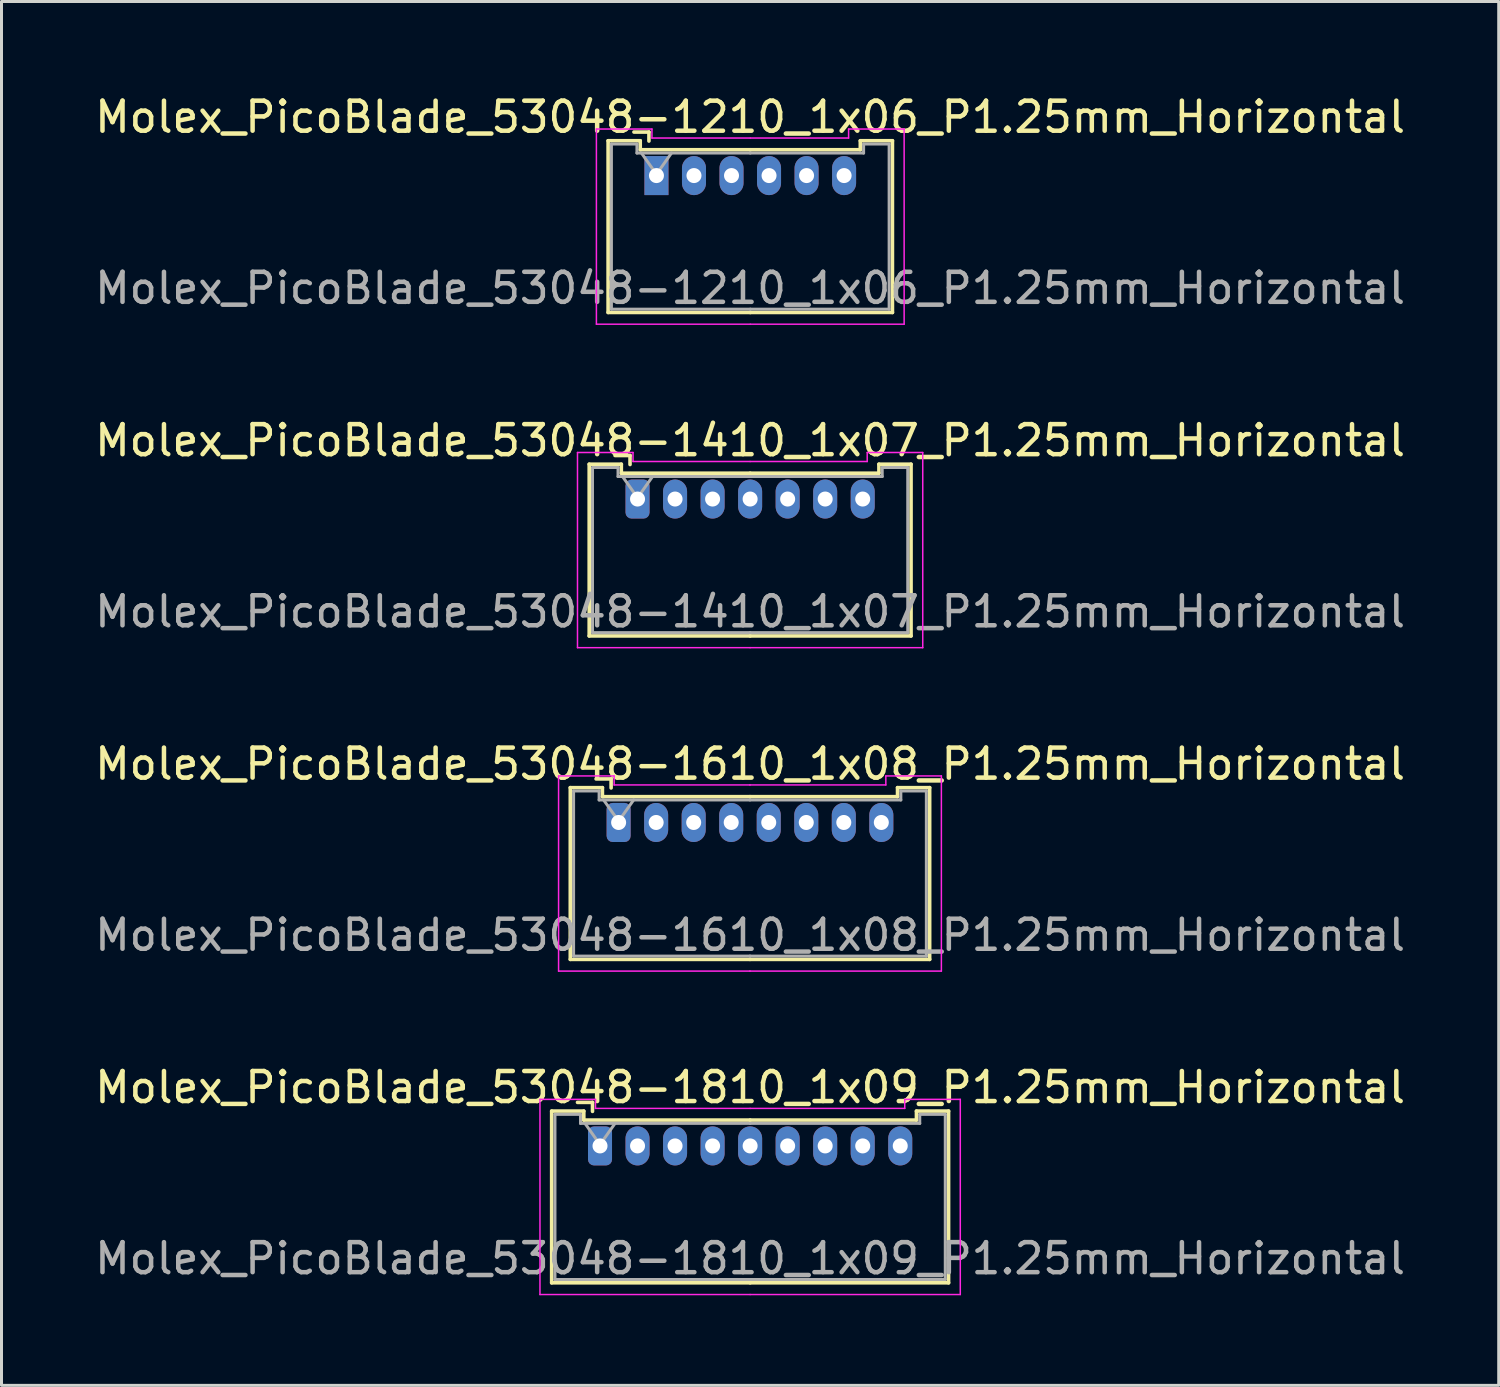
<source format=kicad_pcb>
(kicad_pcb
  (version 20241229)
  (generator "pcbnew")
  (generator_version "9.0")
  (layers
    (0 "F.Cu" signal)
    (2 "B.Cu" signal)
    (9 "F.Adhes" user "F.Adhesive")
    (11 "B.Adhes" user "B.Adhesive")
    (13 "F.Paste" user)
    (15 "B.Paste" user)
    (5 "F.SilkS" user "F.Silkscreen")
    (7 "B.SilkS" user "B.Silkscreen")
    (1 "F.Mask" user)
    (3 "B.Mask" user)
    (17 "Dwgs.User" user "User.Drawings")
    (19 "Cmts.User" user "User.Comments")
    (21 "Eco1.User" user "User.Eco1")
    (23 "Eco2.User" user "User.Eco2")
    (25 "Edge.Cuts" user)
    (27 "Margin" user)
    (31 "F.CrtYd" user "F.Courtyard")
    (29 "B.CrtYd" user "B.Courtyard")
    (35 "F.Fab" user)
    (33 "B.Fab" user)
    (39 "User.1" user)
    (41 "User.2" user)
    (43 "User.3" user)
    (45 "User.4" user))
  (footprint "Molex_PicoBlade_53048-1610_1x08_P1.25mm_Horizontal"
    (layer "F.Cu")
    (at 17.555 24.345)
    (property "Reference" "Molex_PicoBlade_53048-1610_1x08_P1.25mm_Horizontal" (at 4.38 -1.95 0) (layer "F.SilkS") (effects (font (size 1 1) (thickness 0.15))))
    (attr through_hole)
    (fp_line (start -1.61 -1.16) (end -1.61 4.56) (stroke (width 0.12) (type solid)) (layer "F.SilkS"))
    (fp_line (start -1.61 4.56) (end 4.375 4.56) (stroke (width 0.12) (type solid)) (layer "F.SilkS"))
    (fp_line (start -0.54 -1.16) (end -1.61 -1.16) (stroke (width 0.12) (type solid)) (layer "F.SilkS"))
    (fp_line (start -0.54 -0.86) (end -0.54 -1.16) (stroke (width 0.12) (type solid)) (layer "F.SilkS"))
    (fp_line (start -0.25 -1.45) (end -0.75 -1.45) (stroke (width 0.12) (type solid)) (layer "F.SilkS"))
    (fp_line (start -0.25 -1.15) (end -0.25 -1.45) (stroke (width 0.12) (type solid)) (layer "F.SilkS"))
    (fp_line (start 4.375 -0.86) (end -0.54 -0.86) (stroke (width 0.12) (type solid)) (layer "F.SilkS"))
    (fp_line (start 4.375 -0.86) (end 9.29 -0.86) (stroke (width 0.12) (type solid)) (layer "F.SilkS"))
    (fp_line (start 9.29 -1.16) (end 10.36 -1.16) (stroke (width 0.12) (type solid)) (layer "F.SilkS"))
    (fp_line (start 9.29 -0.86) (end 9.29 -1.16) (stroke (width 0.12) (type solid)) (layer "F.SilkS"))
    (fp_line (start 10.36 -1.16) (end 10.36 4.56) (stroke (width 0.12) (type solid)) (layer "F.SilkS"))
    (fp_line (start 10.36 4.56) (end 4.375 4.56) (stroke (width 0.12) (type solid)) (layer "F.SilkS"))
    (fp_line (start -2 -1.55) (end -2 4.95) (stroke (width 0.05) (type solid)) (layer "F.CrtYd"))
    (fp_line (start -2 4.95) (end 4.38 4.95) (stroke (width 0.05) (type solid)) (layer "F.CrtYd"))
    (fp_line (start -0.15 -1.55) (end -2 -1.55) (stroke (width 0.05) (type solid)) (layer "F.CrtYd"))
    (fp_line (start -0.15 -1.25) (end -0.15 -1.55) (stroke (width 0.05) (type solid)) (layer "F.CrtYd"))
    (fp_line (start 4.37 -1.25) (end 8.9 -1.25) (stroke (width 0.05) (type solid)) (layer "F.CrtYd"))
    (fp_line (start 4.38 -1.25) (end -0.15 -1.25) (stroke (width 0.05) (type solid)) (layer "F.CrtYd"))
    (fp_line (start 8.9 -1.55) (end 10.75 -1.55) (stroke (width 0.05) (type solid)) (layer "F.CrtYd"))
    (fp_line (start 8.9 -1.25) (end 8.9 -1.55) (stroke (width 0.05) (type solid)) (layer "F.CrtYd"))
    (fp_line (start 10.75 -1.55) (end 10.75 4.95) (stroke (width 0.05) (type solid)) (layer "F.CrtYd"))
    (fp_line (start 10.75 4.95) (end 4.37 4.95) (stroke (width 0.05) (type solid)) (layer "F.CrtYd"))
    (fp_line (start -1.5 -1.05) (end -1.5 4.45) (stroke (width 0.1) (type solid)) (layer "F.Fab"))
    (fp_line (start -1.5 4.45) (end 4.375 4.45) (stroke (width 0.1) (type solid)) (layer "F.Fab"))
    (fp_line (start -0.65 -1.05) (end -1.5 -1.05) (stroke (width 0.1) (type solid)) (layer "F.Fab"))
    (fp_line (start -0.65 -0.75) (end -0.65 -1.05) (stroke (width 0.1) (type solid)) (layer "F.Fab"))
    (fp_line (start -0.5 -0.75) (end 0 -0.043) (stroke (width 0.1) (type solid)) (layer "F.Fab"))
    (fp_line (start 0 -0.043) (end 0.5 -0.75) (stroke (width 0.1) (type solid)) (layer "F.Fab"))
    (fp_line (start 4.375 -0.75) (end -0.65 -0.75) (stroke (width 0.1) (type solid)) (layer "F.Fab"))
    (fp_line (start 4.375 -0.75) (end 9.4 -0.75) (stroke (width 0.1) (type solid)) (layer "F.Fab"))
    (fp_line (start 9.4 -1.05) (end 10.25 -1.05) (stroke (width 0.1) (type solid)) (layer "F.Fab"))
    (fp_line (start 9.4 -0.75) (end 9.4 -1.05) (stroke (width 0.1) (type solid)) (layer "F.Fab"))
    (fp_line (start 10.25 -1.05) (end 10.25 4.45) (stroke (width 0.1) (type solid)) (layer "F.Fab"))
    (fp_line (start 10.25 4.45) (end 4.375 4.45) (stroke (width 0.1) (type solid)) (layer "F.Fab"))
    (fp_text user "${REFERENCE}" (at 4.38 3.75 0) (layer "F.Fab") (effects (font (size 1 1) (thickness 0.15))))
    (pad "1" thru_hole roundrect (at 0 0) (size 0.8 1.3) (drill 0.5) (layers "*.Cu" "*.Mask") (roundrect_rratio 0.25))
    (pad "2" thru_hole oval (at 1.25 0) (size 0.8 1.3) (drill 0.5) (layers "*.Cu" "*.Mask"))
    (pad "3" thru_hole oval (at 2.5 0) (size 0.8 1.3) (drill 0.5) (layers "*.Cu" "*.Mask"))
    (pad "4" thru_hole oval (at 3.75 0) (size 0.8 1.3) (drill 0.5) (layers "*.Cu" "*.Mask"))
    (pad "5" thru_hole oval (at 5 0) (size 0.8 1.3) (drill 0.5) (layers "*.Cu" "*.Mask"))
    (pad "6" thru_hole oval (at 6.25 0) (size 0.8 1.3) (drill 0.5) (layers "*.Cu" "*.Mask"))
    (pad "7" thru_hole oval (at 7.5 0) (size 0.8 1.3) (drill 0.5) (layers "*.Cu" "*.Mask"))
    (pad "8" thru_hole oval (at 8.75 0) (size 0.8 1.3) (drill 0.5) (layers "*.Cu" "*.Mask")))
  (footprint "Molex_PicoBlade_53048-1810_1x09_P1.25mm_Horizontal"
    (layer "F.Cu")
    (at 16.935 35.118)
    (property "Reference" "Molex_PicoBlade_53048-1810_1x09_P1.25mm_Horizontal" (at 5 -1.95 0) (layer "F.SilkS") (effects (font (size 1 1) (thickness 0.15))))
    (attr through_hole)
    (fp_line (start -1.61 -1.16) (end -1.61 4.56) (stroke (width 0.12) (type solid)) (layer "F.SilkS"))
    (fp_line (start -1.61 4.56) (end 5 4.56) (stroke (width 0.12) (type solid)) (layer "F.SilkS"))
    (fp_line (start -0.54 -1.16) (end -1.61 -1.16) (stroke (width 0.12) (type solid)) (layer "F.SilkS"))
    (fp_line (start -0.54 -0.86) (end -0.54 -1.16) (stroke (width 0.12) (type solid)) (layer "F.SilkS"))
    (fp_line (start -0.25 -1.45) (end -0.75 -1.45) (stroke (width 0.12) (type solid)) (layer "F.SilkS"))
    (fp_line (start -0.25 -1.15) (end -0.25 -1.45) (stroke (width 0.12) (type solid)) (layer "F.SilkS"))
    (fp_line (start 5 -0.86) (end -0.54 -0.86) (stroke (width 0.12) (type solid)) (layer "F.SilkS"))
    (fp_line (start 5 -0.86) (end 10.54 -0.86) (stroke (width 0.12) (type solid)) (layer "F.SilkS"))
    (fp_line (start 10.54 -1.16) (end 11.61 -1.16) (stroke (width 0.12) (type solid)) (layer "F.SilkS"))
    (fp_line (start 10.54 -0.86) (end 10.54 -1.16) (stroke (width 0.12) (type solid)) (layer "F.SilkS"))
    (fp_line (start 11.61 -1.16) (end 11.61 4.56) (stroke (width 0.12) (type solid)) (layer "F.SilkS"))
    (fp_line (start 11.61 4.56) (end 5 4.56) (stroke (width 0.12) (type solid)) (layer "F.SilkS"))
    (fp_line (start -2 -1.55) (end -2 4.95) (stroke (width 0.05) (type solid)) (layer "F.CrtYd"))
    (fp_line (start -2 4.95) (end 5 4.95) (stroke (width 0.05) (type solid)) (layer "F.CrtYd"))
    (fp_line (start -0.15 -1.55) (end -2 -1.55) (stroke (width 0.05) (type solid)) (layer "F.CrtYd"))
    (fp_line (start -0.15 -1.25) (end -0.15 -1.55) (stroke (width 0.05) (type solid)) (layer "F.CrtYd"))
    (fp_line (start 5 -1.25) (end -0.15 -1.25) (stroke (width 0.05) (type solid)) (layer "F.CrtYd"))
    (fp_line (start 5 -1.25) (end 10.15 -1.25) (stroke (width 0.05) (type solid)) (layer "F.CrtYd"))
    (fp_line (start 10.15 -1.55) (end 12 -1.55) (stroke (width 0.05) (type solid)) (layer "F.CrtYd"))
    (fp_line (start 10.15 -1.25) (end 10.15 -1.55) (stroke (width 0.05) (type solid)) (layer "F.CrtYd"))
    (fp_line (start 12 -1.55) (end 12 4.95) (stroke (width 0.05) (type solid)) (layer "F.CrtYd"))
    (fp_line (start 12 4.95) (end 5 4.95) (stroke (width 0.05) (type solid)) (layer "F.CrtYd"))
    (fp_line (start -1.5 -1.05) (end -1.5 4.45) (stroke (width 0.1) (type solid)) (layer "F.Fab"))
    (fp_line (start -1.5 4.45) (end 5 4.45) (stroke (width 0.1) (type solid)) (layer "F.Fab"))
    (fp_line (start -0.65 -1.05) (end -1.5 -1.05) (stroke (width 0.1) (type solid)) (layer "F.Fab"))
    (fp_line (start -0.65 -0.75) (end -0.65 -1.05) (stroke (width 0.1) (type solid)) (layer "F.Fab"))
    (fp_line (start -0.5 -0.75) (end 0 -0.043) (stroke (width 0.1) (type solid)) (layer "F.Fab"))
    (fp_line (start 0 -0.043) (end 0.5 -0.75) (stroke (width 0.1) (type solid)) (layer "F.Fab"))
    (fp_line (start 5 -0.75) (end -0.65 -0.75) (stroke (width 0.1) (type solid)) (layer "F.Fab"))
    (fp_line (start 5 -0.75) (end 10.65 -0.75) (stroke (width 0.1) (type solid)) (layer "F.Fab"))
    (fp_line (start 10.65 -1.05) (end 11.5 -1.05) (stroke (width 0.1) (type solid)) (layer "F.Fab"))
    (fp_line (start 10.65 -0.75) (end 10.65 -1.05) (stroke (width 0.1) (type solid)) (layer "F.Fab"))
    (fp_line (start 11.5 -1.05) (end 11.5 4.45) (stroke (width 0.1) (type solid)) (layer "F.Fab"))
    (fp_line (start 11.5 4.45) (end 5 4.45) (stroke (width 0.1) (type solid)) (layer "F.Fab"))
    (fp_text user "${REFERENCE}" (at 5 3.75 0) (layer "F.Fab") (effects (font (size 1 1) (thickness 0.15))))
    (pad "1" thru_hole roundrect (at 0 0) (size 0.8 1.3) (drill 0.5) (layers "*.Cu" "*.Mask") (roundrect_rratio 0.25))
    (pad "2" thru_hole oval (at 1.25 0) (size 0.8 1.3) (drill 0.5) (layers "*.Cu" "*.Mask"))
    (pad "3" thru_hole oval (at 2.5 0) (size 0.8 1.3) (drill 0.5) (layers "*.Cu" "*.Mask"))
    (pad "4" thru_hole oval (at 3.75 0) (size 0.8 1.3) (drill 0.5) (layers "*.Cu" "*.Mask"))
    (pad "5" thru_hole oval (at 5 0) (size 0.8 1.3) (drill 0.5) (layers "*.Cu" "*.Mask"))
    (pad "6" thru_hole oval (at 6.25 0) (size 0.8 1.3) (drill 0.5) (layers "*.Cu" "*.Mask"))
    (pad "7" thru_hole oval (at 7.5 0) (size 0.8 1.3) (drill 0.5) (layers "*.Cu" "*.Mask"))
    (pad "8" thru_hole oval (at 8.75 0) (size 0.8 1.3) (drill 0.5) (layers "*.Cu" "*.Mask"))
    (pad "9" thru_hole oval (at 10 0) (size 0.8 1.3) (drill 0.5) (layers "*.Cu" "*.Mask")))
  (footprint "Molex_PicoBlade_53048-1410_1x07_P1.25mm_Horizontal"
    (layer "F.Cu")
    (at 18.185 13.572)
    (property "Reference" "Molex_PicoBlade_53048-1410_1x07_P1.25mm_Horizontal" (at 3.75 -1.95 0) (layer "F.SilkS") (effects (font (size 1 1) (thickness 0.15))))
    (attr through_hole)
    (fp_line (start -1.61 -1.16) (end -1.61 4.56) (stroke (width 0.12) (type solid)) (layer "F.SilkS"))
    (fp_line (start -1.61 4.56) (end 3.75 4.56) (stroke (width 0.12) (type solid)) (layer "F.SilkS"))
    (fp_line (start -0.54 -1.16) (end -1.61 -1.16) (stroke (width 0.12) (type solid)) (layer "F.SilkS"))
    (fp_line (start -0.54 -0.86) (end -0.54 -1.16) (stroke (width 0.12) (type solid)) (layer "F.SilkS"))
    (fp_line (start -0.25 -1.45) (end -0.75 -1.45) (stroke (width 0.12) (type solid)) (layer "F.SilkS"))
    (fp_line (start -0.25 -1.15) (end -0.25 -1.45) (stroke (width 0.12) (type solid)) (layer "F.SilkS"))
    (fp_line (start 3.75 -0.86) (end -0.54 -0.86) (stroke (width 0.12) (type solid)) (layer "F.SilkS"))
    (fp_line (start 3.75 -0.86) (end 8.04 -0.86) (stroke (width 0.12) (type solid)) (layer "F.SilkS"))
    (fp_line (start 8.04 -1.16) (end 9.11 -1.16) (stroke (width 0.12) (type solid)) (layer "F.SilkS"))
    (fp_line (start 8.04 -0.86) (end 8.04 -1.16) (stroke (width 0.12) (type solid)) (layer "F.SilkS"))
    (fp_line (start 9.11 -1.16) (end 9.11 4.56) (stroke (width 0.12) (type solid)) (layer "F.SilkS"))
    (fp_line (start 9.11 4.56) (end 3.75 4.56) (stroke (width 0.12) (type solid)) (layer "F.SilkS"))
    (fp_line (start -2 -1.55) (end -2 4.95) (stroke (width 0.05) (type solid)) (layer "F.CrtYd"))
    (fp_line (start -2 4.95) (end 3.75 4.95) (stroke (width 0.05) (type solid)) (layer "F.CrtYd"))
    (fp_line (start -0.15 -1.55) (end -2 -1.55) (stroke (width 0.05) (type solid)) (layer "F.CrtYd"))
    (fp_line (start -0.15 -1.25) (end -0.15 -1.55) (stroke (width 0.05) (type solid)) (layer "F.CrtYd"))
    (fp_line (start 3.75 -1.25) (end -0.15 -1.25) (stroke (width 0.05) (type solid)) (layer "F.CrtYd"))
    (fp_line (start 3.75 -1.25) (end 7.65 -1.25) (stroke (width 0.05) (type solid)) (layer "F.CrtYd"))
    (fp_line (start 7.65 -1.55) (end 9.5 -1.55) (stroke (width 0.05) (type solid)) (layer "F.CrtYd"))
    (fp_line (start 7.65 -1.25) (end 7.65 -1.55) (stroke (width 0.05) (type solid)) (layer "F.CrtYd"))
    (fp_line (start 9.5 -1.55) (end 9.5 4.95) (stroke (width 0.05) (type solid)) (layer "F.CrtYd"))
    (fp_line (start 9.5 4.95) (end 3.75 4.95) (stroke (width 0.05) (type solid)) (layer "F.CrtYd"))
    (fp_line (start -1.5 -1.05) (end -1.5 4.45) (stroke (width 0.1) (type solid)) (layer "F.Fab"))
    (fp_line (start -1.5 4.45) (end 3.75 4.45) (stroke (width 0.1) (type solid)) (layer "F.Fab"))
    (fp_line (start -0.65 -1.05) (end -1.5 -1.05) (stroke (width 0.1) (type solid)) (layer "F.Fab"))
    (fp_line (start -0.65 -0.75) (end -0.65 -1.05) (stroke (width 0.1) (type solid)) (layer "F.Fab"))
    (fp_line (start -0.5 -0.75) (end 0 -0.043) (stroke (width 0.1) (type solid)) (layer "F.Fab"))
    (fp_line (start 0 -0.043) (end 0.5 -0.75) (stroke (width 0.1) (type solid)) (layer "F.Fab"))
    (fp_line (start 3.75 -0.75) (end -0.65 -0.75) (stroke (width 0.1) (type solid)) (layer "F.Fab"))
    (fp_line (start 3.75 -0.75) (end 8.15 -0.75) (stroke (width 0.1) (type solid)) (layer "F.Fab"))
    (fp_line (start 8.15 -1.05) (end 9 -1.05) (stroke (width 0.1) (type solid)) (layer "F.Fab"))
    (fp_line (start 8.15 -0.75) (end 8.15 -1.05) (stroke (width 0.1) (type solid)) (layer "F.Fab"))
    (fp_line (start 9 -1.05) (end 9 4.45) (stroke (width 0.1) (type solid)) (layer "F.Fab"))
    (fp_line (start 9 4.45) (end 3.75 4.45) (stroke (width 0.1) (type solid)) (layer "F.Fab"))
    (fp_text user "${REFERENCE}" (at 3.75 3.75 0) (layer "F.Fab") (effects (font (size 1 1) (thickness 0.15))))
    (pad "1" thru_hole roundrect (at 0 0) (size 0.8 1.3) (drill 0.5) (layers "*.Cu" "*.Mask") (roundrect_rratio 0.25))
    (pad "2" thru_hole oval (at 1.25 0) (size 0.8 1.3) (drill 0.5) (layers "*.Cu" "*.Mask"))
    (pad "3" thru_hole oval (at 2.5 0) (size 0.8 1.3) (drill 0.5) (layers "*.Cu" "*.Mask"))
    (pad "4" thru_hole oval (at 3.75 0) (size 0.8 1.3) (drill 0.5) (layers "*.Cu" "*.Mask"))
    (pad "5" thru_hole oval (at 5 0) (size 0.8 1.3) (drill 0.5) (layers "*.Cu" "*.Mask"))
    (pad "6" thru_hole oval (at 6.25 0) (size 0.8 1.3) (drill 0.5) (layers "*.Cu" "*.Mask"))
    (pad "7" thru_hole oval (at 7.5 0) (size 0.8 1.3) (drill 0.5) (layers "*.Cu" "*.Mask")))
  (footprint "Molex_PicoBlade_53048-1210_1x06_P1.25mm_Horizontal"
    (layer "F.Cu")
    (at 18.815 2.798)
    (property "Reference" "Molex_PicoBlade_53048-1210_1x06_P1.25mm_Horizontal" (at 3.12 -1.95 0) (layer "F.SilkS") (effects (font (size 1 1) (thickness 0.15))))
    (attr through_hole)
    (fp_line (start -1.61 -1.16) (end -1.61 4.56) (stroke (width 0.12) (type solid)) (layer "F.SilkS"))
    (fp_line (start -1.61 4.56) (end 3.125 4.56) (stroke (width 0.12) (type solid)) (layer "F.SilkS"))
    (fp_line (start -0.54 -1.16) (end -1.61 -1.16) (stroke (width 0.12) (type solid)) (layer "F.SilkS"))
    (fp_line (start -0.54 -0.86) (end -0.54 -1.16) (stroke (width 0.12) (type solid)) (layer "F.SilkS"))
    (fp_line (start -0.25 -1.45) (end -0.75 -1.45) (stroke (width 0.12) (type solid)) (layer "F.SilkS"))
    (fp_line (start -0.25 -1.15) (end -0.25 -1.45) (stroke (width 0.12) (type solid)) (layer "F.SilkS"))
    (fp_line (start 3.125 -0.86) (end -0.54 -0.86) (stroke (width 0.12) (type solid)) (layer "F.SilkS"))
    (fp_line (start 3.125 -0.86) (end 6.79 -0.86) (stroke (width 0.12) (type solid)) (layer "F.SilkS"))
    (fp_line (start 6.79 -1.16) (end 7.86 -1.16) (stroke (width 0.12) (type solid)) (layer "F.SilkS"))
    (fp_line (start 6.79 -0.86) (end 6.79 -1.16) (stroke (width 0.12) (type solid)) (layer "F.SilkS"))
    (fp_line (start 7.86 -1.16) (end 7.86 4.56) (stroke (width 0.12) (type solid)) (layer "F.SilkS"))
    (fp_line (start 7.86 4.56) (end 3.125 4.56) (stroke (width 0.12) (type solid)) (layer "F.SilkS"))
    (fp_line (start -2 -1.55) (end -2 4.95) (stroke (width 0.05) (type solid)) (layer "F.CrtYd"))
    (fp_line (start -2 4.95) (end 3.12 4.95) (stroke (width 0.05) (type solid)) (layer "F.CrtYd"))
    (fp_line (start -0.15 -1.55) (end -2 -1.55) (stroke (width 0.05) (type solid)) (layer "F.CrtYd"))
    (fp_line (start -0.15 -1.25) (end -0.15 -1.55) (stroke (width 0.05) (type solid)) (layer "F.CrtYd"))
    (fp_line (start 3.12 -1.25) (end -0.15 -1.25) (stroke (width 0.05) (type solid)) (layer "F.CrtYd"))
    (fp_line (start 3.13 -1.25) (end 6.4 -1.25) (stroke (width 0.05) (type solid)) (layer "F.CrtYd"))
    (fp_line (start 6.4 -1.55) (end 8.25 -1.55) (stroke (width 0.05) (type solid)) (layer "F.CrtYd"))
    (fp_line (start 6.4 -1.25) (end 6.4 -1.55) (stroke (width 0.05) (type solid)) (layer "F.CrtYd"))
    (fp_line (start 8.25 -1.55) (end 8.25 4.95) (stroke (width 0.05) (type solid)) (layer "F.CrtYd"))
    (fp_line (start 8.25 4.95) (end 3.13 4.95) (stroke (width 0.05) (type solid)) (layer "F.CrtYd"))
    (fp_line (start -1.5 -1.05) (end -1.5 4.45) (stroke (width 0.1) (type solid)) (layer "F.Fab"))
    (fp_line (start -1.5 4.45) (end 3.125 4.45) (stroke (width 0.1) (type solid)) (layer "F.Fab"))
    (fp_line (start -0.65 -1.05) (end -1.5 -1.05) (stroke (width 0.1) (type solid)) (layer "F.Fab"))
    (fp_line (start -0.65 -0.75) (end -0.65 -1.05) (stroke (width 0.1) (type solid)) (layer "F.Fab"))
    (fp_line (start -0.5 -0.75) (end 0 -0.043) (stroke (width 0.1) (type solid)) (layer "F.Fab"))
    (fp_line (start 0 -0.043) (end 0.5 -0.75) (stroke (width 0.1) (type solid)) (layer "F.Fab"))
    (fp_line (start 3.125 -0.75) (end -0.65 -0.75) (stroke (width 0.1) (type solid)) (layer "F.Fab"))
    (fp_line (start 3.125 -0.75) (end 6.9 -0.75) (stroke (width 0.1) (type solid)) (layer "F.Fab"))
    (fp_line (start 6.9 -1.05) (end 7.75 -1.05) (stroke (width 0.1) (type solid)) (layer "F.Fab"))
    (fp_line (start 6.9 -0.75) (end 6.9 -1.05) (stroke (width 0.1) (type solid)) (layer "F.Fab"))
    (fp_line (start 7.75 -1.05) (end 7.75 4.45) (stroke (width 0.1) (type solid)) (layer "F.Fab"))
    (fp_line (start 7.75 4.45) (end 3.125 4.45) (stroke (width 0.1) (type solid)) (layer "F.Fab"))
    (fp_text user "${REFERENCE}" (at 3.12 3.75 0) (layer "F.Fab") (effects (font (size 1 1) (thickness 0.15))))
    (pad "1" thru_hole rect (at 0 0) (size 0.8 1.3) (drill 0.5) (layers "*.Cu" "*.Mask"))
    (pad "2" thru_hole oval (at 1.25 0) (size 0.8 1.3) (drill 0.5) (layers "*.Cu" "*.Mask"))
    (pad "3" thru_hole oval (at 2.5 0) (size 0.8 1.3) (drill 0.5) (layers "*.Cu" "*.Mask"))
    (pad "4" thru_hole oval (at 3.75 0) (size 0.8 1.3) (drill 0.5) (layers "*.Cu" "*.Mask"))
    (pad "5" thru_hole oval (at 5 0) (size 0.8 1.3) (drill 0.5) (layers "*.Cu" "*.Mask"))
    (pad "6" thru_hole oval (at 6.25 0) (size 0.8 1.3) (drill 0.5) (layers "*.Cu" "*.Mask")))
  (gr_rect
    (start -3 -3)
    (end 46.869 43.093)
    (stroke (width 0.1) (type default))
    (fill no)
    (layer "Edge.Cuts")))
</source>
